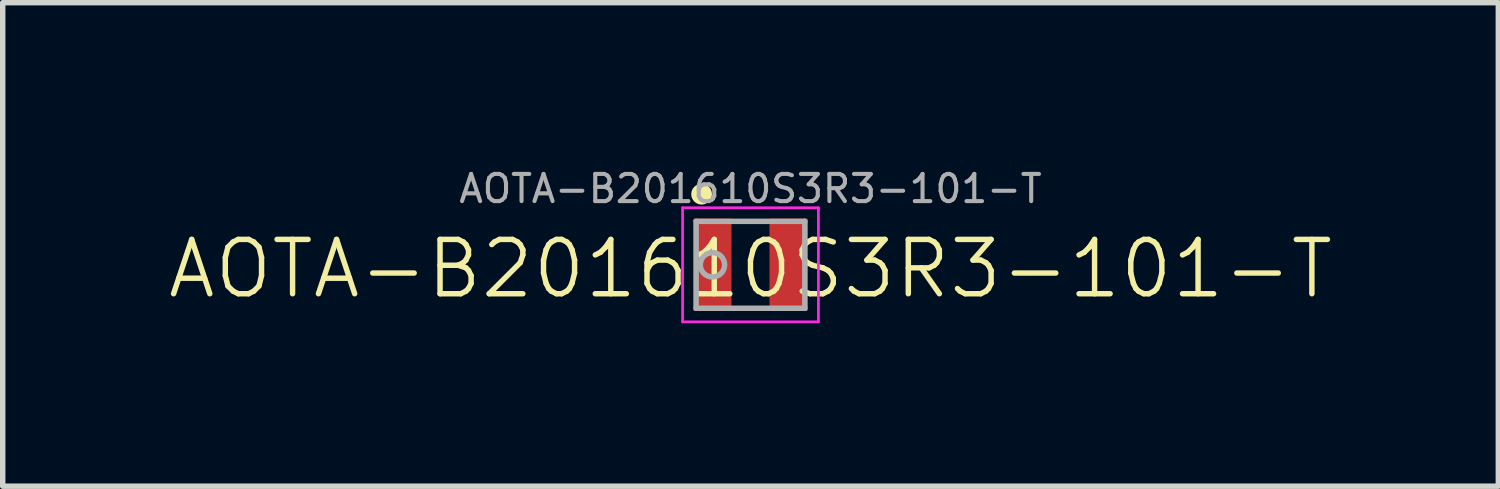
<source format=kicad_pcb>
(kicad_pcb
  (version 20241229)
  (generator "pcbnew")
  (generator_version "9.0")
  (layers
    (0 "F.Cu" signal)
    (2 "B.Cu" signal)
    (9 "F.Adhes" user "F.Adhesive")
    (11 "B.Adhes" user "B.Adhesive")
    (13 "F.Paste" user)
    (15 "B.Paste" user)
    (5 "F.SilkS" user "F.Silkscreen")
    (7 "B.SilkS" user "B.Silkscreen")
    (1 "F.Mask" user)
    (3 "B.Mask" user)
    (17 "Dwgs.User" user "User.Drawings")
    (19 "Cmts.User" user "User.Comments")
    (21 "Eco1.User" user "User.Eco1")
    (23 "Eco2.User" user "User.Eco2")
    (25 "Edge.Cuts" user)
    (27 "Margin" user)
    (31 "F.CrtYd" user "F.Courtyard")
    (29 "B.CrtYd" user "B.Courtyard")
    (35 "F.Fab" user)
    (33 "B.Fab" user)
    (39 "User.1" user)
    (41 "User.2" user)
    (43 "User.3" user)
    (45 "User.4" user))
  (footprint "AOTA-B201610S3R3-101-T"
    (layer "F.Cu")
    (at 10.764 1.899)
    (property "Reference" "AOTA-B201610S3R3-101-T" (at 0 0 0) (unlocked yes) (layer "F.SilkS") (effects (font (size 1 1) (thickness 0.1))))
    (attr smd)
    (fp_circle (center -0.9 -1.375) (end -0.759 -1.375) (stroke (width 0.1) (type solid)) (fill yes) (layer "F.SilkS"))
    (fp_line (start -1.25 -1.125) (end -1.25 0.975) (stroke (width 0.05) (type solid)) (layer "F.CrtYd"))
    (fp_line (start -1.25 0.975) (end 1.25 0.975) (stroke (width 0.05) (type solid)) (layer "F.CrtYd"))
    (fp_line (start 1.25 -1.125) (end -1.25 -1.125) (stroke (width 0.05) (type solid)) (layer "F.CrtYd"))
    (fp_line (start 1.25 0.975) (end 1.25 -1.125) (stroke (width 0.05) (type solid)) (layer "F.CrtYd"))
    (fp_line (start -1 -0.875) (end -1 0.725) (stroke (width 0.1) (type solid)) (layer "F.Fab"))
    (fp_line (start -1 0.725) (end 1 0.725) (stroke (width 0.1) (type solid)) (layer "F.Fab"))
    (fp_line (start 1 -0.875) (end -1 -0.875) (stroke (width 0.1) (type solid)) (layer "F.Fab"))
    (fp_line (start 1 0.725) (end 1 -0.875) (stroke (width 0.1) (type solid)) (layer "F.Fab"))
    (fp_circle (center -0.7 -0.075) (end -0.476 -0.075) (stroke (width 0.1) (type solid)) (fill no) (layer "F.Fab"))
    (fp_text user "${REFERENCE}" (at 0 -1.475 0) (layer "F.Fab") (effects (font (size 0.5 0.5) (thickness 0.075))))
    (pad "1" smd rect (at -0.7 -0.075) (size 0.7 1.7) (layers "F.Cu" "F.Mask" "F.Paste"))
    (pad "2" smd rect (at 0.7 -0.075) (size 0.7 1.7) (layers "F.Cu" "F.Mask" "F.Paste")))
  (gr_rect
    (start -3 -3)
    (end 24.529 5.899)
    (stroke (width 0.1) (type default))
    (fill no)
    (layer "Edge.Cuts")))
</source>
